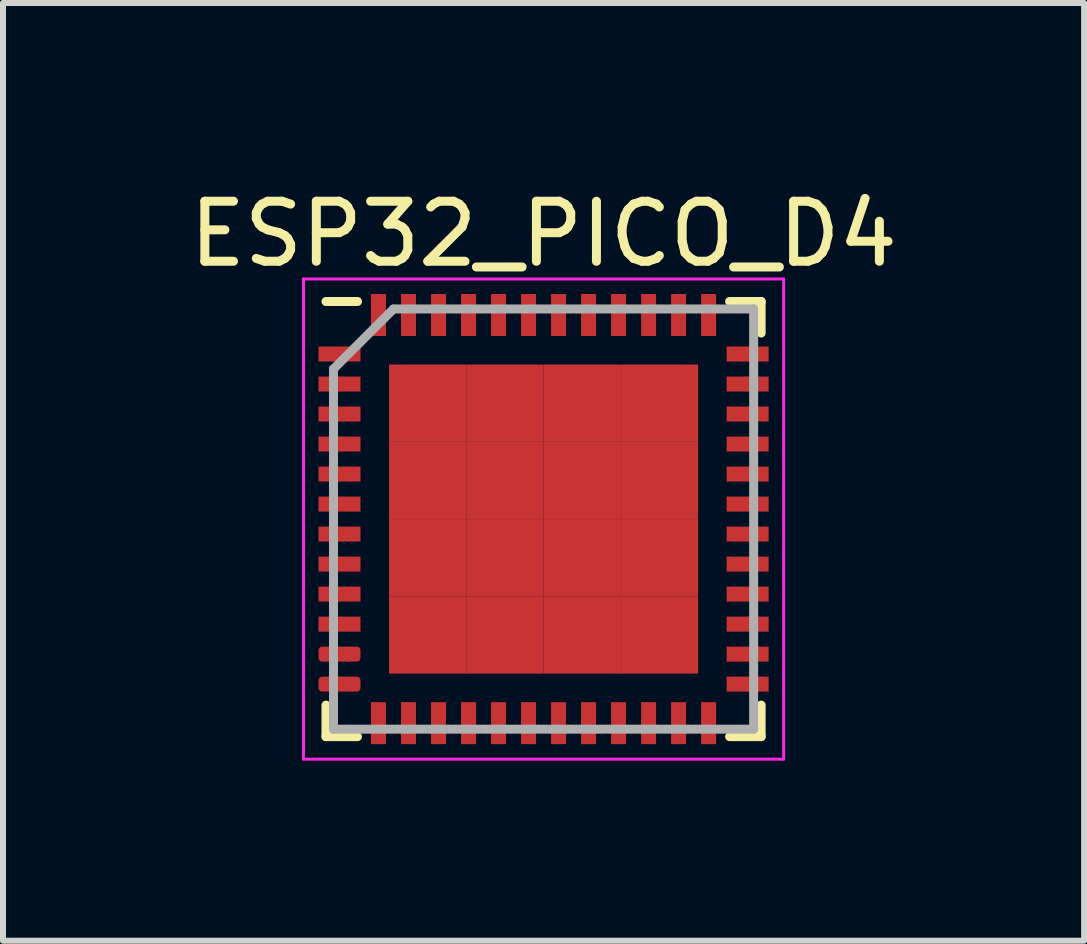
<source format=kicad_pcb>
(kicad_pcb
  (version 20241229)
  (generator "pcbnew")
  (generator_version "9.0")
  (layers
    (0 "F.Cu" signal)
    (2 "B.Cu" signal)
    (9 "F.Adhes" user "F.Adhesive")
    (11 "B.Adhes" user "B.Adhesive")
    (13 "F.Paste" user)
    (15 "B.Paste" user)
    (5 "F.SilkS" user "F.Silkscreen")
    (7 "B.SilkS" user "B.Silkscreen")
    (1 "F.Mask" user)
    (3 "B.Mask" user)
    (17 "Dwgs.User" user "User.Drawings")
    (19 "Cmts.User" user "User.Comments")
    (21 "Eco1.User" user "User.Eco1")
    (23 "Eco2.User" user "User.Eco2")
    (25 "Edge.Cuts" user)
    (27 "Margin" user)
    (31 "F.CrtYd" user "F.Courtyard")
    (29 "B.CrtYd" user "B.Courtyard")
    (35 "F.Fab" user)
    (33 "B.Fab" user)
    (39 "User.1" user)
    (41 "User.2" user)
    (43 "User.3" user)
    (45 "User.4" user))
  (footprint "ESP32_PICO_D4"
    (layer "F.Cu")
    (at 6.006 5.598)
    (property "Reference" "ESP32_PICO_D4" (at 0 -4.75 0) (layer "F.SilkS") (effects (font (size 1 1) (thickness 0.15))))
    (attr smd)
    (fp_line (start -3.625 -3.625) (end -3.1 -3.625) (stroke (width 0.15) (type solid)) (layer "F.SilkS"))
    (fp_line (start -3.625 3.625) (end -3.625 3.1) (stroke (width 0.15) (type solid)) (layer "F.SilkS"))
    (fp_line (start -3.625 3.625) (end -3.1 3.625) (stroke (width 0.15) (type solid)) (layer "F.SilkS"))
    (fp_line (start 3.625 -3.625) (end 3.1 -3.625) (stroke (width 0.15) (type solid)) (layer "F.SilkS"))
    (fp_line (start 3.625 -3.625) (end 3.625 -3.1) (stroke (width 0.15) (type solid)) (layer "F.SilkS"))
    (fp_line (start 3.625 3.625) (end 3.1 3.625) (stroke (width 0.15) (type solid)) (layer "F.SilkS"))
    (fp_line (start 3.625 3.625) (end 3.625 3.1) (stroke (width 0.15) (type solid)) (layer "F.SilkS"))
    (fp_line (start -4 -4) (end -4 4) (stroke (width 0.05) (type solid)) (layer "F.CrtYd"))
    (fp_line (start -4 -4) (end 4 -4) (stroke (width 0.05) (type solid)) (layer "F.CrtYd"))
    (fp_line (start -4 4) (end 4 4) (stroke (width 0.05) (type solid)) (layer "F.CrtYd"))
    (fp_line (start 4 -4) (end 4 4) (stroke (width 0.05) (type solid)) (layer "F.CrtYd"))
    (fp_line (start -3.5 -2.5) (end -2.5 -3.5) (stroke (width 0.15) (type solid)) (layer "F.Fab"))
    (fp_line (start -3.5 3.5) (end -3.5 -2.5) (stroke (width 0.15) (type solid)) (layer "F.Fab"))
    (fp_line (start -2.5 -3.5) (end 3.5 -3.5) (stroke (width 0.15) (type solid)) (layer "F.Fab"))
    (fp_line (start 3.5 -3.5) (end 3.5 3.5) (stroke (width 0.15) (type solid)) (layer "F.Fab"))
    (fp_line (start 3.5 3.5) (end -3.5 3.5) (stroke (width 0.15) (type solid)) (layer "F.Fab"))
    (pad "1" smd rect (at -3.4 -2.75) (size 0.7 0.25) (layers "F.Cu" "F.Mask" "F.Paste"))
    (pad "2" smd rect (at -3.4 -2.25) (size 0.7 0.25) (layers "F.Cu" "F.Mask" "F.Paste"))
    (pad "3" smd rect (at -3.4 -1.75) (size 0.7 0.25) (layers "F.Cu" "F.Mask" "F.Paste"))
    (pad "4" smd rect (at -3.4 -1.25) (size 0.7 0.25) (layers "F.Cu" "F.Mask" "F.Paste"))
    (pad "5" smd rect (at -3.4 -0.75) (size 0.7 0.25) (layers "F.Cu" "F.Mask" "F.Paste"))
    (pad "6" smd rect (at -3.4 -0.25) (size 0.7 0.25) (layers "F.Cu" "F.Mask" "F.Paste"))
    (pad "7" smd rect (at -3.4 0.25) (size 0.7 0.25) (layers "F.Cu" "F.Mask" "F.Paste"))
    (pad "8" smd rect (at -3.4 0.75) (size 0.7 0.25) (layers "F.Cu" "F.Mask" "F.Paste"))
    (pad "9" smd rect (at -3.4 1.25) (size 0.7 0.25) (layers "F.Cu" "F.Mask" "F.Paste"))
    (pad "10" smd rect (at -3.4 1.75) (size 0.7 0.25) (layers "F.Cu" "F.Mask" "F.Paste"))
    (pad "11" smd roundrect (at -3.4 2.25) (size 0.7 0.25) (layers "F.Cu" "F.Mask" "F.Paste") (roundrect_rratio 0.25))
    (pad "12" smd roundrect (at -3.4 2.75) (size 0.7 0.25) (layers "F.Cu" "F.Mask" "F.Paste") (roundrect_rratio 0.25))
    (pad "13" smd rect (at -2.75 3.4 90) (size 0.7 0.25) (layers "F.Cu" "F.Mask" "F.Paste"))
    (pad "14" smd rect (at -2.25 3.4 90) (size 0.7 0.25) (layers "F.Cu" "F.Mask" "F.Paste"))
    (pad "15" smd rect (at -1.75 3.4 90) (size 0.7 0.25) (layers "F.Cu" "F.Mask" "F.Paste"))
    (pad "16" smd rect (at -1.25 3.4 90) (size 0.7 0.25) (layers "F.Cu" "F.Mask" "F.Paste"))
    (pad "17" smd rect (at -0.75 3.4 90) (size 0.7 0.25) (layers "F.Cu" "F.Mask" "F.Paste"))
    (pad "18" smd rect (at -0.25 3.4 90) (size 0.7 0.25) (layers "F.Cu" "F.Mask" "F.Paste"))
    (pad "19" smd rect (at 0.25 3.4 90) (size 0.7 0.25) (layers "F.Cu" "F.Mask" "F.Paste"))
    (pad "20" smd rect (at 0.75 3.4 90) (size 0.7 0.25) (layers "F.Cu" "F.Mask" "F.Paste"))
    (pad "21" smd rect (at 1.25 3.4 90) (size 0.7 0.25) (layers "F.Cu" "F.Mask" "F.Paste"))
    (pad "22" smd rect (at 1.75 3.4 90) (size 0.7 0.25) (layers "F.Cu" "F.Mask" "F.Paste"))
    (pad "23" smd rect (at 2.25 3.4 90) (size 0.7 0.25) (layers "F.Cu" "F.Mask" "F.Paste"))
    (pad "24" smd rect (at 2.75 3.4 90) (size 0.7 0.25) (layers "F.Cu" "F.Mask" "F.Paste"))
    (pad "25" smd rect (at 3.4 2.75) (size 0.7 0.25) (layers "F.Cu" "F.Mask" "F.Paste"))
    (pad "26" smd rect (at 3.4 2.25) (size 0.7 0.25) (layers "F.Cu" "F.Mask" "F.Paste"))
    (pad "27" smd rect (at 3.4 1.75) (size 0.7 0.25) (layers "F.Cu" "F.Mask" "F.Paste"))
    (pad "28" smd rect (at 3.4 1.25) (size 0.7 0.25) (layers "F.Cu" "F.Mask" "F.Paste"))
    (pad "29" smd rect (at 3.4 0.75) (size 0.7 0.25) (layers "F.Cu" "F.Mask" "F.Paste"))
    (pad "30" smd rect (at 3.4 0.25) (size 0.7 0.25) (layers "F.Cu" "F.Mask" "F.Paste"))
    (pad "31" smd rect (at 3.4 -0.25) (size 0.7 0.25) (layers "F.Cu" "F.Mask" "F.Paste"))
    (pad "32" smd rect (at 3.4 -0.75) (size 0.7 0.25) (layers "F.Cu" "F.Mask" "F.Paste"))
    (pad "33" smd rect (at 3.4 -1.25) (size 0.7 0.25) (layers "F.Cu" "F.Mask" "F.Paste"))
    (pad "34" smd rect (at 3.4 -1.75) (size 0.7 0.25) (layers "F.Cu" "F.Mask" "F.Paste"))
    (pad "35" smd rect (at 3.4 -2.25) (size 0.7 0.25) (layers "F.Cu" "F.Mask" "F.Paste"))
    (pad "36" smd rect (at 3.4 -2.75) (size 0.7 0.25) (layers "F.Cu" "F.Mask" "F.Paste"))
    (pad "37" smd rect (at 2.75 -3.4 90) (size 0.7 0.25) (layers "F.Cu" "F.Mask" "F.Paste"))
    (pad "38" smd rect (at 2.25 -3.4 90) (size 0.7 0.25) (layers "F.Cu" "F.Mask" "F.Paste"))
    (pad "39" smd rect (at 1.75 -3.4 90) (size 0.7 0.25) (layers "F.Cu" "F.Mask" "F.Paste"))
    (pad "40" smd rect (at 1.25 -3.4 90) (size 0.7 0.25) (layers "F.Cu" "F.Mask" "F.Paste"))
    (pad "41" smd rect (at 0.75 -3.4 90) (size 0.7 0.25) (layers "F.Cu" "F.Mask" "F.Paste"))
    (pad "42" smd rect (at 0.25 -3.4 90) (size 0.7 0.25) (layers "F.Cu" "F.Mask" "F.Paste"))
    (pad "43" smd rect (at -0.25 -3.4 90) (size 0.7 0.25) (layers "F.Cu" "F.Mask" "F.Paste"))
    (pad "44" smd rect (at -0.75 -3.4 90) (size 0.7 0.25) (layers "F.Cu" "F.Mask" "F.Paste"))
    (pad "45" smd rect (at -1.25 -3.4 90) (size 0.7 0.25) (layers "F.Cu" "F.Mask" "F.Paste"))
    (pad "46" smd rect (at -1.75 -3.4 90) (size 0.7 0.25) (layers "F.Cu" "F.Mask" "F.Paste"))
    (pad "47" smd rect (at -2.25 -3.4 90) (size 0.7 0.25) (layers "F.Cu" "F.Mask" "F.Paste"))
    (pad "48" smd rect (at -2.75 -3.4 90) (size 0.7 0.25) (layers "F.Cu" "F.Mask" "F.Paste"))
    (pad "49" smd rect (at -1.931 -1.931) (size 1.288 1.288) (layers "F.Cu" "F.Mask" "F.Paste"))
    (pad "49" smd rect (at -1.931 -0.644) (size 1.288 1.288) (layers "F.Cu" "F.Mask" "F.Paste"))
    (pad "49" smd rect (at -1.931 0.644) (size 1.288 1.288) (layers "F.Cu" "F.Mask" "F.Paste"))
    (pad "49" smd rect (at -1.931 1.931) (size 1.288 1.288) (layers "F.Cu" "F.Mask" "F.Paste"))
    (pad "49" smd rect (at -0.644 -1.931) (size 1.288 1.288) (layers "F.Cu" "F.Mask" "F.Paste"))
    (pad "49" smd rect (at -0.644 -0.644) (size 1.288 1.288) (layers "F.Cu" "F.Mask" "F.Paste"))
    (pad "49" smd rect (at -0.644 0.644) (size 1.288 1.288) (layers "F.Cu" "F.Mask" "F.Paste"))
    (pad "49" smd rect (at -0.644 1.931) (size 1.288 1.288) (layers "F.Cu" "F.Mask" "F.Paste"))
    (pad "49" smd rect (at 0.644 -1.931) (size 1.288 1.288) (layers "F.Cu" "F.Mask" "F.Paste"))
    (pad "49" smd rect (at 0.644 -0.644) (size 1.288 1.288) (layers "F.Cu" "F.Mask" "F.Paste"))
    (pad "49" smd rect (at 0.644 0.644) (size 1.288 1.288) (layers "F.Cu" "F.Mask" "F.Paste"))
    (pad "49" smd rect (at 0.644 1.931) (size 1.288 1.288) (layers "F.Cu" "F.Mask" "F.Paste"))
    (pad "49" smd rect (at 1.931 -1.931) (size 1.288 1.288) (layers "F.Cu" "F.Mask" "F.Paste"))
    (pad "49" smd rect (at 1.931 -0.644) (size 1.288 1.288) (layers "F.Cu" "F.Mask" "F.Paste"))
    (pad "49" smd rect (at 1.931 0.644) (size 1.288 1.288) (layers "F.Cu" "F.Mask" "F.Paste"))
    (pad "49" smd rect (at 1.931 1.931) (size 1.288 1.288) (layers "F.Cu" "F.Mask" "F.Paste")))
  (gr_rect
    (start -3 -3)
    (end 15.012 12.623)
    (stroke (width 0.1) (type default))
    (fill no)
    (layer "Edge.Cuts")))
</source>
